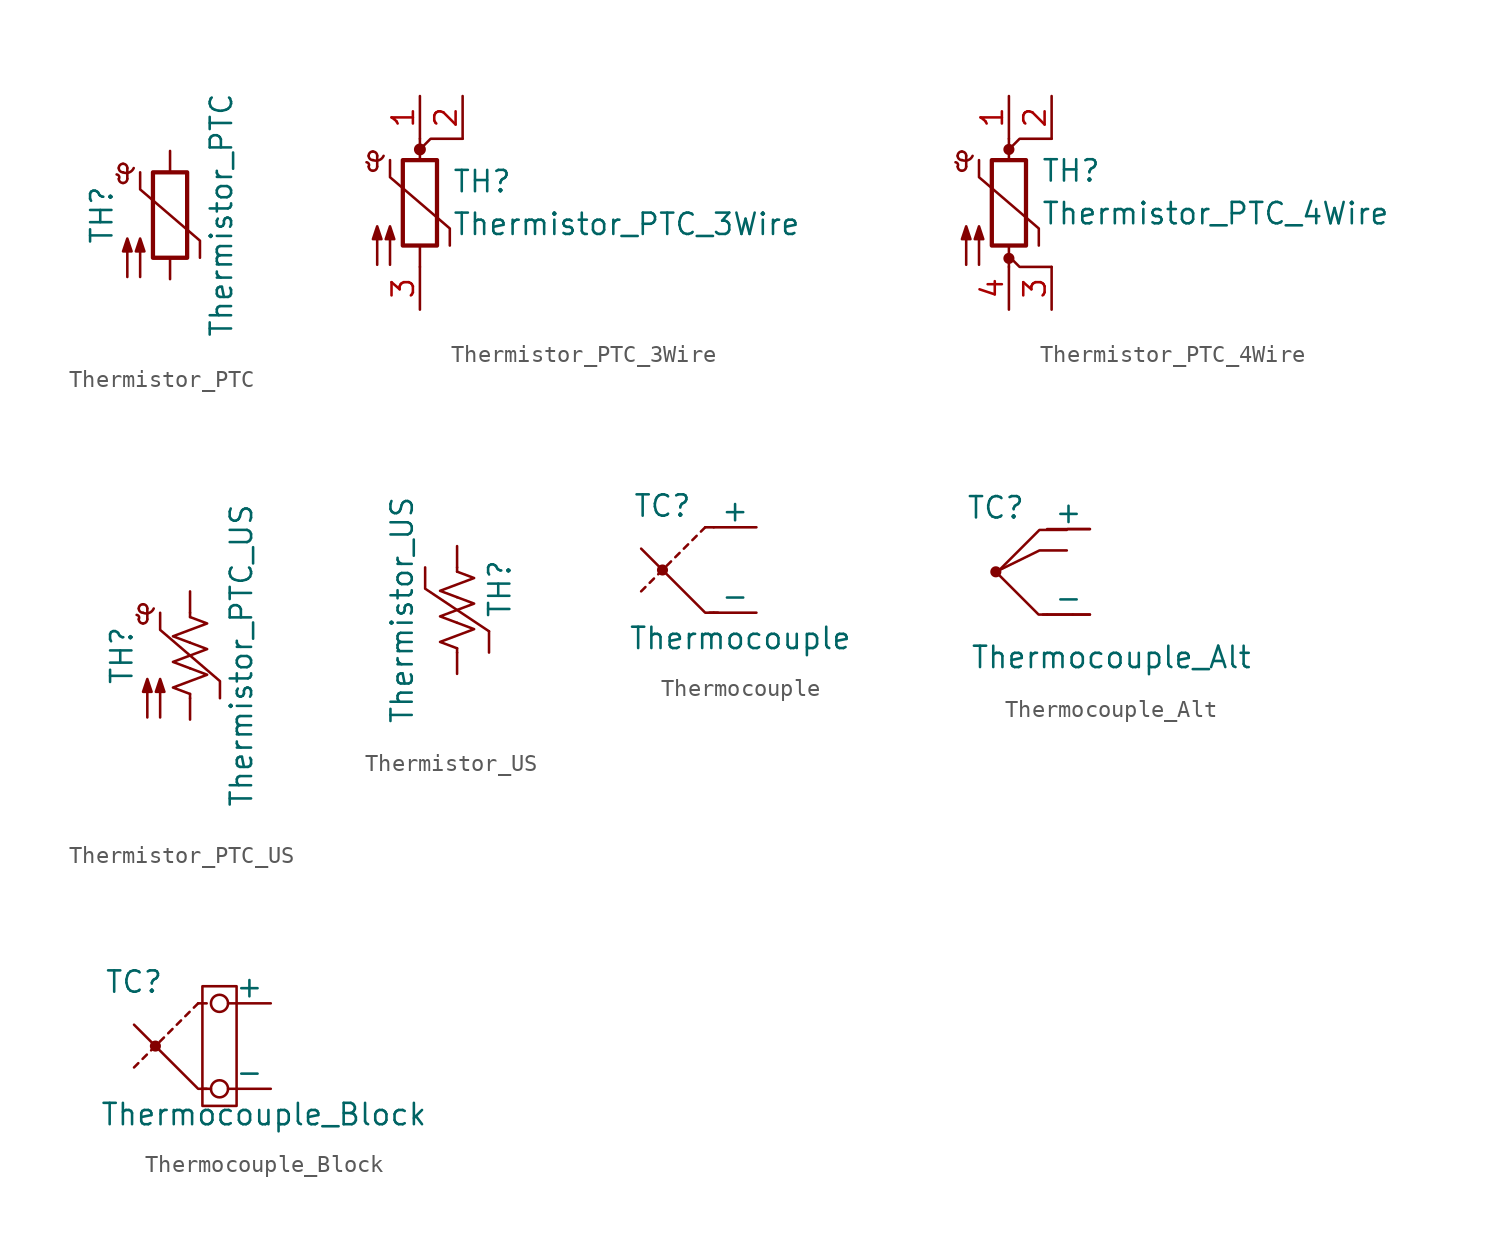
<source format=kicad_sym>
(kicad_symbol_lib
  (version 20241209)
  (generator "kicad_symbol_editor")
  (generator_version "9.0")
  (symbol "Thermistor_PTC"
    (pin_numbers
      (hide yes))
    (pin_names
      (offset 0))
    (property "Reference" "TH"
      (at -4.064 0 90)
      (effects (font (size 1.27 1.27))))
    (property "Value" "Thermistor_PTC"
      (at 3.048 0 90)
      (effects (font (size 1.27 1.27))))
    (symbol "Thermistor_PTC_0_1"
      (arc (start -3.175 2.413) (mid -3.0413 2.3186) (end -3.048 2.159) (stroke (width 0) (type solid)) (fill (type none)))
      (arc (start -3.048 2.794) (mid -2.9736 2.9736) (end -2.794 3.048) (stroke (width 0) (type solid)) (fill (type none)))
      (arc (start -2.794 3.048) (mid -2.6144 2.9736) (end -2.54 2.794) (stroke (width 0) (type solid)) (fill (type none)))
      (arc (start -2.794 2.54) (mid -2.9736 2.6144) (end -3.048 2.794) (stroke (width 0) (type solid)) (fill (type none)))
      (arc (start -2.794 1.905) (mid -2.9736 1.9794) (end -3.048 2.159) (stroke (width 0) (type solid)) (fill (type none)))
      (arc (start -2.54 2.159) (mid -2.6144 1.9794) (end -2.794 1.905) (stroke (width 0) (type solid)) (fill (type none)))
      (arc (start -2.159 2.794) (mid -2.4281 2.5331) (end -2.794 2.54) (stroke (width 0) (type solid)) (fill (type none)))
      (polyline (pts (xy -2.54 2.159) (xy -2.54 2.794)) (stroke (width 0) (type solid)) (fill (type none)))
      (polyline (pts (xy -2.54 -3.683) (xy -2.54 -1.397) (xy -2.794 -2.159) (xy -2.286 -2.159) (xy -2.54 -1.397) (xy -2.54 -1.651)) (stroke (width 0) (type solid)) (fill (type outline)))
      (polyline (pts (xy -1.778 2.54) (xy -1.778 1.524) (xy 1.778 -1.524) (xy 1.778 -2.54)) (stroke (width 0) (type solid)) (fill (type none)))
      (polyline (pts (xy -1.778 -3.683) (xy -1.778 -1.397) (xy -2.032 -2.159) (xy -1.524 -2.159) (xy -1.778 -1.397) (xy -1.778 -1.651)) (stroke (width 0) (type solid)) (fill (type outline)))
      (rectangle (start -1.016 2.54) (end 1.016 -2.54) (stroke (width 0.254) (type solid)) (fill (type none))))
    (symbol "Thermistor_PTC_1_1"
      (pin passive line (at 0 3.81 270) (length 1.27) (name "~" (effects (font (size 1.27 1.27)))) (number "1" (effects (font (size 1.27 1.27)))))
      (pin passive line (at 0 -3.81 90) (length 1.27) (name "~" (effects (font (size 1.27 1.27)))) (number "2" (effects (font (size 1.27 1.27)))))))
  (symbol "Thermistor_PTC_3Wire"
    (pin_names
      (offset 0))
    (property "Reference" "TH"
      (at 1.905 1.27 0)
      (effects (font (size 1.27 1.27)) (justify left)))
    (property "Value" "Thermistor_PTC_3Wire"
      (at 1.905 -1.27 0)
      (effects (font (size 1.27 1.27)) (justify left)))
    (symbol "Thermistor_PTC_3Wire_0_1"
      (arc (start -3.175 2.413) (mid -3.0413 2.3186) (end -3.048 2.159) (stroke (width 0) (type solid)) (fill (type none)))
      (arc (start -3.048 2.794) (mid -2.9736 2.9736) (end -2.794 3.048) (stroke (width 0) (type solid)) (fill (type none)))
      (arc (start -2.794 3.048) (mid -2.6144 2.9736) (end -2.54 2.794) (stroke (width 0) (type solid)) (fill (type none)))
      (arc (start -2.794 2.54) (mid -2.9736 2.6144) (end -3.048 2.794) (stroke (width 0) (type solid)) (fill (type none)))
      (arc (start -2.794 1.905) (mid -2.9736 1.9794) (end -3.048 2.159) (stroke (width 0) (type solid)) (fill (type none)))
      (arc (start -2.54 2.159) (mid -2.6144 1.9794) (end -2.794 1.905) (stroke (width 0) (type solid)) (fill (type none)))
      (arc (start -2.159 2.794) (mid -2.4281 2.5331) (end -2.794 2.54) (stroke (width 0) (type solid)) (fill (type none)))
      (polyline (pts (xy -2.54 2.159) (xy -2.54 2.794)) (stroke (width 0) (type solid)) (fill (type none)))
      (polyline (pts (xy -2.54 -3.683) (xy -2.54 -1.397) (xy -2.794 -2.159) (xy -2.286 -2.159) (xy -2.54 -1.397) (xy -2.54 -1.651)) (stroke (width 0) (type solid)) (fill (type outline)))
      (polyline (pts (xy -1.778 2.54) (xy -1.778 1.524) (xy 1.778 -1.524) (xy 1.778 -2.54)) (stroke (width 0) (type solid)) (fill (type none)))
      (polyline (pts (xy -1.778 -3.683) (xy -1.778 -1.397) (xy -2.032 -2.159) (xy -1.524 -2.159) (xy -1.778 -1.397) (xy -1.778 -1.651)) (stroke (width 0) (type solid)) (fill (type outline)))
      (rectangle (start -1.016 2.54) (end 1.016 -2.54) (stroke (width 0.254) (type solid)) (fill (type none)))
      (polyline (pts (xy 0 3.81) (xy 0 2.54)) (stroke (width 0) (type solid)) (fill (type none)))
      (circle (center 0 3.175) (radius 0.279) (stroke (width 0) (type solid)) (fill (type outline)))
      (polyline (pts (xy 0 -3.81) (xy 0 -2.54)) (stroke (width 0) (type solid)) (fill (type none)))
      (polyline (pts (xy 2.54 3.81) (xy 0.635 3.81) (xy 0 3.175)) (stroke (width 0) (type solid)) (fill (type none))))
    (symbol "Thermistor_PTC_3Wire_1_1"
      (pin passive line (at 0 6.35 270) (length 2.54) (name "~" (effects (font (size 1.27 1.27)))) (number "1" (effects (font (size 1.27 1.27)))))
      (pin passive line (at 0 -6.35 90) (length 2.54) (name "~" (effects (font (size 1.27 1.27)))) (number "3" (effects (font (size 1.27 1.27)))))
      (pin passive line (at 2.54 6.35 270) (length 2.54) (name "~" (effects (font (size 1.27 1.27)))) (number "2" (effects (font (size 1.27 1.27)))))))
  (symbol "Thermistor_PTC_4Wire"
    (pin_names
      (offset 0))
    (property "Reference" "TH"
      (at 1.905 1.905 0)
      (effects (font (size 1.27 1.27)) (justify left)))
    (property "Value" "Thermistor_PTC_4Wire"
      (at 1.905 -0.635 0)
      (effects (font (size 1.27 1.27)) (justify left)))
    (symbol "Thermistor_PTC_4Wire_0_1"
      (arc (start -3.175 2.413) (mid -3.0413 2.3186) (end -3.048 2.159) (stroke (width 0) (type solid)) (fill (type none)))
      (arc (start -3.048 2.794) (mid -2.9736 2.9736) (end -2.794 3.048) (stroke (width 0) (type solid)) (fill (type none)))
      (arc (start -2.794 3.048) (mid -2.6144 2.9736) (end -2.54 2.794) (stroke (width 0) (type solid)) (fill (type none)))
      (arc (start -2.794 2.54) (mid -2.9736 2.6144) (end -3.048 2.794) (stroke (width 0) (type solid)) (fill (type none)))
      (arc (start -2.794 1.905) (mid -2.9736 1.9794) (end -3.048 2.159) (stroke (width 0) (type solid)) (fill (type none)))
      (arc (start -2.54 2.159) (mid -2.6144 1.9794) (end -2.794 1.905) (stroke (width 0) (type solid)) (fill (type none)))
      (arc (start -2.159 2.794) (mid -2.4281 2.5331) (end -2.794 2.54) (stroke (width 0) (type solid)) (fill (type none)))
      (polyline (pts (xy -2.54 2.159) (xy -2.54 2.794)) (stroke (width 0) (type solid)) (fill (type none)))
      (polyline (pts (xy -2.54 -3.683) (xy -2.54 -1.397) (xy -2.794 -2.159) (xy -2.286 -2.159) (xy -2.54 -1.397) (xy -2.54 -1.651)) (stroke (width 0) (type solid)) (fill (type outline)))
      (polyline (pts (xy -1.778 2.54) (xy -1.778 1.524) (xy 1.778 -1.524) (xy 1.778 -2.54)) (stroke (width 0) (type solid)) (fill (type none)))
      (polyline (pts (xy -1.778 -3.683) (xy -1.778 -1.397) (xy -2.032 -2.159) (xy -1.524 -2.159) (xy -1.778 -1.397) (xy -1.778 -1.651)) (stroke (width 0) (type solid)) (fill (type outline)))
      (rectangle (start -1.016 2.54) (end 1.016 -2.54) (stroke (width 0.254) (type solid)) (fill (type none)))
      (polyline (pts (xy 0 3.81) (xy 0 2.54)) (stroke (width 0) (type solid)) (fill (type none)))
      (circle (center 0 3.175) (radius 0.254) (stroke (width 0) (type solid)) (fill (type outline)))
      (polyline (pts (xy 0 3.175) (xy 0 3.175)) (stroke (width 0) (type solid)) (fill (type none)))
      (circle (center 0 -3.302) (radius 0.254) (stroke (width 0) (type solid)) (fill (type outline)))
      (polyline (pts (xy 0 -3.81) (xy 0 -2.54)) (stroke (width 0) (type solid)) (fill (type none)))
      (polyline (pts (xy 2.54 3.81) (xy 0.635 3.81) (xy 0 3.175)) (stroke (width 0) (type solid)) (fill (type none)))
      (polyline (pts (xy 2.54 -3.81) (xy 0.635 -3.81) (xy 0 -3.175)) (stroke (width 0) (type solid)) (fill (type none))))
    (symbol "Thermistor_PTC_4Wire_1_1"
      (pin passive line (at 0 6.35 270) (length 2.54) (name "~" (effects (font (size 1.27 1.27)))) (number "1" (effects (font (size 1.27 1.27)))))
      (pin passive line (at 0 -6.35 90) (length 2.54) (name "~" (effects (font (size 1.27 1.27)))) (number "4" (effects (font (size 1.27 1.27)))))
      (pin passive line (at 2.54 6.35 270) (length 2.54) (name "~" (effects (font (size 1.27 1.27)))) (number "2" (effects (font (size 1.27 1.27)))))
      (pin passive line (at 2.54 -6.35 90) (length 2.54) (name "~" (effects (font (size 1.27 1.27)))) (number "3" (effects (font (size 1.27 1.27)))))))
  (symbol "Thermistor_PTC_US"
    (pin_numbers
      (hide yes))
    (pin_names
      (offset 0))
    (property "Reference" "TH"
      (at -4.064 0 90)
      (effects (font (size 1.27 1.27))))
    (property "Value" "Thermistor_PTC_US"
      (at 3.048 0 90)
      (effects (font (size 1.27 1.27))))
    (symbol "Thermistor_PTC_US_0_1"
      (arc (start -3.175 2.413) (mid -3.0413 2.3186) (end -3.048 2.159) (stroke (width 0) (type solid)) (fill (type none)))
      (arc (start -3.048 2.794) (mid -2.9736 2.9736) (end -2.794 3.048) (stroke (width 0) (type solid)) (fill (type none)))
      (arc (start -2.794 3.048) (mid -2.6144 2.9736) (end -2.54 2.794) (stroke (width 0) (type solid)) (fill (type none)))
      (arc (start -2.794 2.54) (mid -2.9736 2.6144) (end -3.048 2.794) (stroke (width 0) (type solid)) (fill (type none)))
      (arc (start -2.794 1.905) (mid -2.9736 1.9794) (end -3.048 2.159) (stroke (width 0) (type solid)) (fill (type none)))
      (arc (start -2.54 2.159) (mid -2.6144 1.9794) (end -2.794 1.905) (stroke (width 0) (type solid)) (fill (type none)))
      (arc (start -2.159 2.794) (mid -2.4281 2.5331) (end -2.794 2.54) (stroke (width 0) (type solid)) (fill (type none)))
      (polyline (pts (xy -2.54 2.159) (xy -2.54 2.794)) (stroke (width 0) (type solid)) (fill (type none)))
      (polyline (pts (xy -2.54 -3.683) (xy -2.54 -1.397) (xy -2.794 -2.159) (xy -2.286 -2.159) (xy -2.54 -1.397) (xy -2.54 -1.651)) (stroke (width 0) (type solid)) (fill (type outline)))
      (polyline (pts (xy -1.778 2.54) (xy -1.778 1.524) (xy 1.778 -1.524) (xy 1.778 -2.54)) (stroke (width 0) (type solid)) (fill (type none)))
      (polyline (pts (xy -1.778 -3.683) (xy -1.778 -1.397) (xy -2.032 -2.159) (xy -1.524 -2.159) (xy -1.778 -1.397) (xy -1.778 -1.651)) (stroke (width 0) (type solid)) (fill (type outline)))
      (polyline (pts (xy 0 2.286) (xy 0 2.54)) (stroke (width 0) (type solid)) (fill (type none)))
      (polyline (pts (xy 0 2.286) (xy 1.016 1.905) (xy 0 1.524) (xy -1.016 1.143) (xy 0 0.762)) (stroke (width 0) (type solid)) (fill (type none)))
      (polyline (pts (xy 0 0.762) (xy 1.016 0.381) (xy 0 0) (xy -1.016 -0.381) (xy 0 -0.762)) (stroke (width 0) (type solid)) (fill (type none)))
      (polyline (pts (xy 0 -0.762) (xy 1.016 -1.143) (xy 0 -1.524) (xy -1.016 -1.905) (xy 0 -2.286)) (stroke (width 0) (type solid)) (fill (type none)))
      (polyline (pts (xy 0 -2.286) (xy 0 -2.54)) (stroke (width 0) (type solid)) (fill (type none))))
    (symbol "Thermistor_PTC_US_1_1"
      (pin passive line (at 0 3.81 270) (length 1.27) (name "~" (effects (font (size 1.27 1.27)))) (number "1" (effects (font (size 1.27 1.27)))))
      (pin passive line (at 0 -3.81 90) (length 1.27) (name "~" (effects (font (size 1.27 1.27)))) (number "2" (effects (font (size 1.27 1.27)))))))
  (symbol "Thermistor_US"
    (pin_numbers
      (hide yes))
    (pin_names
      (offset 0))
    (property "Reference" "TH"
      (at 2.54 1.27 90)
      (effects (font (size 1.27 1.27))))
    (property "Value" "Thermistor_US"
      (at -2.54 0 90)
      (effects (font (size 1.27 1.27)) (justify bottom)))
    (symbol "Thermistor_US_0_1"
      (polyline (pts (xy -1.905 2.54) (xy -1.905 1.27) (xy 1.905 -1.27)) (stroke (width 0) (type solid)) (fill (type none)))
      (polyline (pts (xy 0 2.286) (xy 0 2.54)) (stroke (width 0) (type solid)) (fill (type none)))
      (polyline (pts (xy 0 2.286) (xy 1.016 1.905) (xy 0 1.524) (xy -1.016 1.143) (xy 0 0.762)) (stroke (width 0) (type solid)) (fill (type none)))
      (polyline (pts (xy 0 0.762) (xy 1.016 0.381) (xy 0 0) (xy -1.016 -0.381) (xy 0 -0.762)) (stroke (width 0) (type solid)) (fill (type none)))
      (polyline (pts (xy 0 -0.762) (xy 1.016 -1.143) (xy 0 -1.524) (xy -1.016 -1.905) (xy 0 -2.286)) (stroke (width 0) (type solid)) (fill (type none)))
      (polyline (pts (xy 0 -2.286) (xy 0 -2.54)) (stroke (width 0) (type solid)) (fill (type none)))
      (polyline (pts (xy 1.905 -1.27) (xy 1.905 -2.54)) (stroke (width 0) (type solid)) (fill (type none))))
    (symbol "Thermistor_US_1_1"
      (pin passive line (at 0 3.81 270) (length 1.27) (name "~" (effects (font (size 1.27 1.27)))) (number "1" (effects (font (size 1.27 1.27)))))
      (pin passive line (at 0 -3.81 90) (length 1.27) (name "~" (effects (font (size 1.27 1.27)))) (number "2" (effects (font (size 1.27 1.27)))))))
  (symbol "Thermocouple"
    (pin_numbers
      (hide yes))
    (pin_names
      (offset 0))
    (property "Reference" "TC"
      (at -3.048 3.81 0)
      (effects (font (size 1.27 1.27))))
    (property "Value" "Thermocouple"
      (at -5.08 -4.064 0)
      (effects (font (size 1.27 1.27)) (justify left)))
    (symbol "Thermocouple_0_1"
      (polyline (pts (xy -4.064 -1.016) (xy -4.318 -1.27)) (stroke (width 0) (type solid)) (fill (type none)))
      (polyline (pts (xy -3.556 -0.508) (xy -3.81 -0.762)) (stroke (width 0) (type solid)) (fill (type none)))
      (circle (center -3.048 0) (radius 0.254) (stroke (width 0) (type solid)) (fill (type outline)))
      (polyline (pts (xy -3.048 0) (xy -3.302 -0.254)) (stroke (width 0) (type solid)) (fill (type none)))
      (polyline (pts (xy -2.54 0.508) (xy -2.794 0.254)) (stroke (width 0) (type solid)) (fill (type none)))
      (polyline (pts (xy -2.032 1.016) (xy -2.286 0.762)) (stroke (width 0) (type solid)) (fill (type none)))
      (polyline (pts (xy -1.524 1.524) (xy -1.778 1.27)) (stroke (width 0) (type solid)) (fill (type none)))
      (polyline (pts (xy -1.016 2.032) (xy -1.27 1.778)) (stroke (width 0) (type solid)) (fill (type none)))
      (polyline (pts (xy -0.508 2.54) (xy -0.762 2.286)) (stroke (width 0) (type solid)) (fill (type none)))
      (polyline (pts (xy 0 2.54) (xy -0.508 2.54)) (stroke (width 0) (type solid)) (fill (type none)))
      (polyline (pts (xy 0 -2.54) (xy -0.254 -2.54)) (stroke (width 0) (type solid)) (fill (type none)))
      (polyline (pts (xy 0.254 -2.54) (xy -0.508 -2.54) (xy -4.318 1.27)) (stroke (width 0) (type solid)) (fill (type none))))
    (symbol "Thermocouple_1_1"
      (pin passive line (at 2.54 2.54 180) (length 2.54) (name "+" (effects (font (size 1.27 1.27)))) (number "1" (effects (font (size 1.27 1.27)))))
      (pin passive line (at 2.54 -2.54 180) (length 2.54) (name "-" (effects (font (size 1.27 1.27)))) (number "2" (effects (font (size 1.27 1.27)))))))
  (symbol "Thermocouple_Alt"
    (pin_numbers
      (hide yes))
    (pin_names
      (offset 0))
    (property "Reference" "TC"
      (at -3.048 3.81 0)
      (effects (font (size 1.27 1.27))))
    (property "Value" "Thermocouple_Alt"
      (at -4.572 -5.08 0)
      (effects (font (size 1.27 1.27)) (justify left)))
    (symbol "Thermocouple_Alt_0_1"
      (circle (center -3.048 0) (radius 0.254) (stroke (width 0) (type solid)) (fill (type outline)))
      (polyline (pts (xy 0 -2.54) (xy -0.254 -2.54)) (stroke (width 0) (type solid)) (fill (type none)))
      (polyline (pts (xy 1.168 2.489) (xy -0.457 2.489) (xy -2.997 -0.051)) (stroke (width 0) (type solid)) (fill (type none)))
      (polyline (pts (xy 1.168 1.27) (xy -0.457 1.27) (xy -3.048 0)) (stroke (width 0) (type solid)) (fill (type none)))
      (polyline (pts (xy 1.219 2.54) (xy 2.54 2.54)) (stroke (width 0) (type solid)) (fill (type none)))
      (polyline (pts (xy 1.524 -2.54) (xy 2.54 -2.54)) (stroke (width 0) (type solid)) (fill (type none)))
      (polyline (pts (xy 1.524 -2.54) (xy -0.508 -2.54) (xy -3.048 0)) (stroke (width 0) (type solid)) (fill (type none))))
    (symbol "Thermocouple_Alt_1_1"
      (pin passive line (at 2.54 2.54 180) (length 2.54) (name "+" (effects (font (size 1.27 1.27)))) (number "1" (effects (font (size 1.27 1.27)))))
      (pin passive line (at 2.54 -2.54 180) (length 2.54) (name "-" (effects (font (size 1.27 1.27)))) (number "2" (effects (font (size 1.27 1.27)))))))
  (symbol "Thermocouple_Block"
    (pin_numbers
      (hide yes))
    (pin_names
      (offset 0))
    (property "Reference" "TC"
      (at -3.048 3.81 0)
      (effects (font (size 1.27 1.27))))
    (property "Value" "Thermocouple_Block"
      (at -5.08 -4.064 0)
      (effects (font (size 1.27 1.27)) (justify left)))
    (symbol "Thermocouple_Block_0_1"
      (polyline (pts (xy -2.794 -1.016) (xy -3.048 -1.27)) (stroke (width 0) (type solid)) (fill (type none)))
      (polyline (pts (xy -2.286 -0.508) (xy -2.54 -0.762)) (stroke (width 0) (type solid)) (fill (type none)))
      (circle (center -1.778 0) (radius 0.254) (stroke (width 0) (type solid)) (fill (type outline)))
      (polyline (pts (xy -1.778 0) (xy -2.032 -0.254)) (stroke (width 0) (type solid)) (fill (type none)))
      (polyline (pts (xy -1.27 0.508) (xy -1.524 0.254)) (stroke (width 0) (type solid)) (fill (type none)))
      (polyline (pts (xy -0.762 1.016) (xy -1.016 0.762)) (stroke (width 0) (type solid)) (fill (type none)))
      (polyline (pts (xy -0.254 1.524) (xy -0.508 1.27)) (stroke (width 0) (type solid)) (fill (type none)))
      (polyline (pts (xy 0.254 2.032) (xy 0 1.778)) (stroke (width 0) (type solid)) (fill (type none)))
      (polyline (pts (xy 0.762 2.54) (xy 0.508 2.286)) (stroke (width 0) (type solid)) (fill (type none)))
      (rectangle (start 1.016 3.556) (end 3.048 -3.556) (stroke (width 0) (type solid)) (fill (type none)))
      (polyline (pts (xy 1.27 2.54) (xy 0.762 2.54)) (stroke (width 0) (type solid)) (fill (type none)))
      (polyline (pts (xy 1.27 -2.54) (xy 1.016 -2.54)) (stroke (width 0) (type solid)) (fill (type none)))
      (polyline (pts (xy 1.524 -2.54) (xy 0.762 -2.54) (xy -3.048 1.27)) (stroke (width 0) (type solid)) (fill (type none)))
      (circle (center 2.032 2.54) (radius 0.508) (stroke (width 0) (type solid)) (fill (type none)))
      (circle (center 2.032 -2.54) (radius 0.508) (stroke (width 0) (type solid)) (fill (type none))))
    (symbol "Thermocouple_Block_1_1"
      (pin passive line (at 5.08 2.54 180) (length 2.54) (name "+" (effects (font (size 1.27 1.27)))) (number "1" (effects (font (size 1.27 1.27)))))
      (pin passive line (at 5.08 -2.54 180) (length 2.54) (name "-" (effects (font (size 1.27 1.27)))) (number "2" (effects (font (size 1.27 1.27))))))))
</source>
